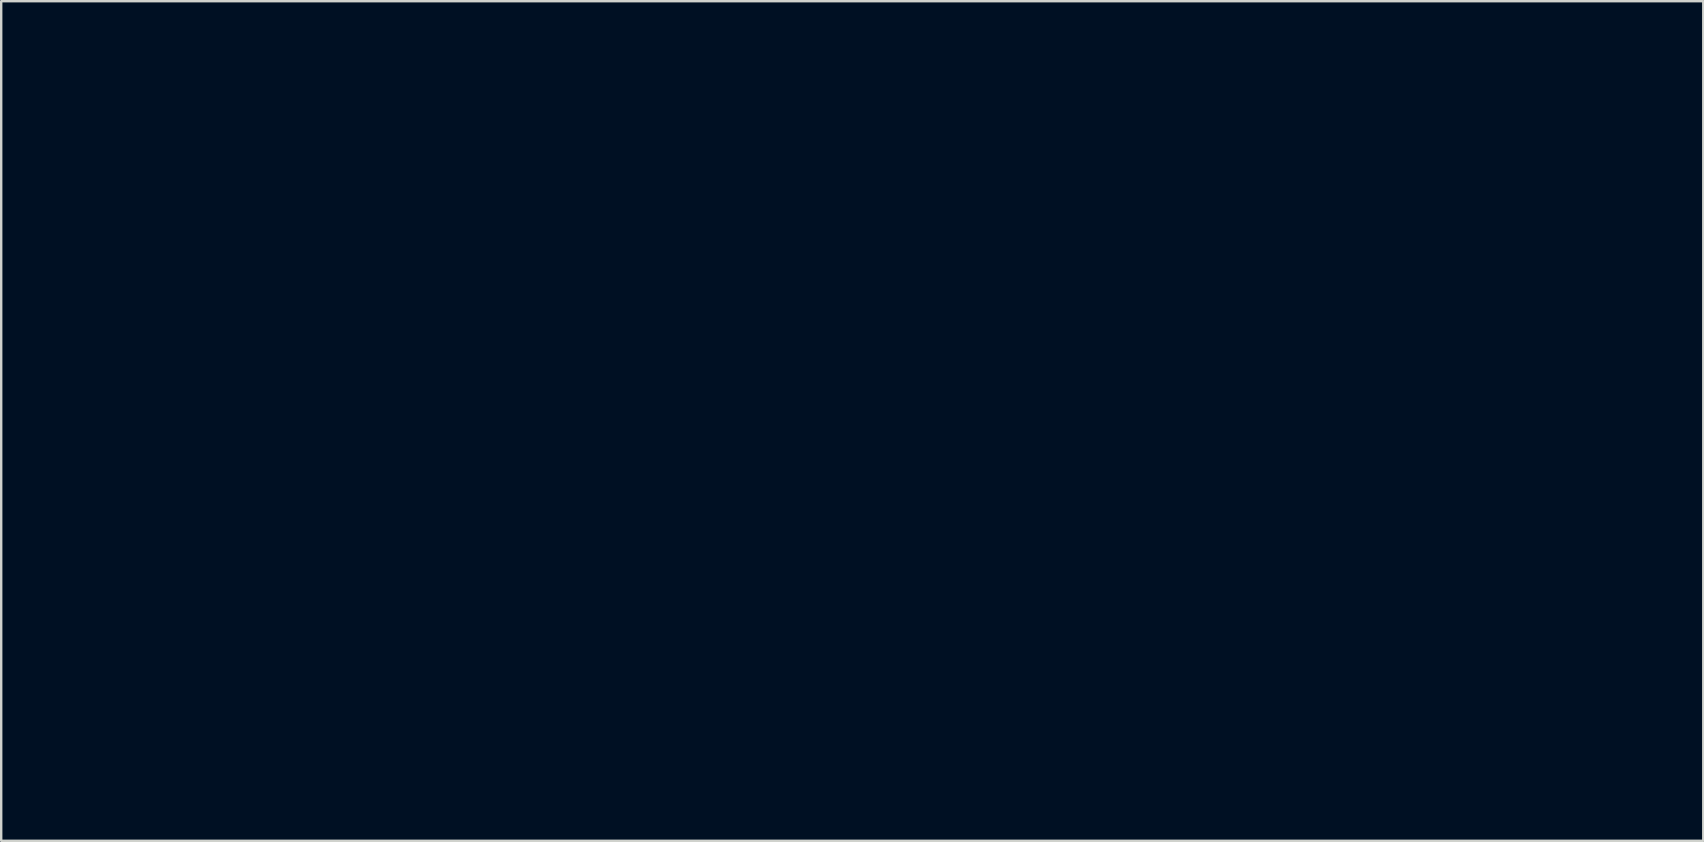
<source format=kicad_pcb>
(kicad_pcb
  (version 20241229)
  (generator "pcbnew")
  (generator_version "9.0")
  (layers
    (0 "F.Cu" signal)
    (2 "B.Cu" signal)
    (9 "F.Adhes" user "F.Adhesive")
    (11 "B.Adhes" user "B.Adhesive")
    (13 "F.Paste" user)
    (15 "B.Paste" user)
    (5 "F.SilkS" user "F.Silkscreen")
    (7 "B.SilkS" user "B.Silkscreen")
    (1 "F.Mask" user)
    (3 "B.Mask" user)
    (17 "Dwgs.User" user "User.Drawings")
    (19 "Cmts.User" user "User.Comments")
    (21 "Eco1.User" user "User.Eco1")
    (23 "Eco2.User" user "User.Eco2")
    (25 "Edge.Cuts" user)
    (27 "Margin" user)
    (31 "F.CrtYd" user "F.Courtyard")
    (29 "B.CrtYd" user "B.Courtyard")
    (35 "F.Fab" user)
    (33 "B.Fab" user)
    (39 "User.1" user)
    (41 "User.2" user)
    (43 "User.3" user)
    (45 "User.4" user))
  (footprint "TabletBadgeProto_FR4Corner_F.Mask"
    (layer "F.Cu")
    (at 43.812 27.575)
    (property "Reference" "TabletBadgeProto_FR4Corner_F.Mask" (at 0 0 0) (layer "F.Mask") (effects (font (size 1.524 1.524) (thickness 0.3))))
    (attr through_hole)
    (fp_poly (pts (xy -36.588 -27.379) (xy -36.534 -27.276) (xy -36.488 -27.194) (xy -36.446 -27.123) (xy -36.403 -27.056) (xy -36.352 -26.986) (xy -36.29 -26.904) (xy -36.209 -26.804) (xy -36.135 -26.711) (xy -36.058 -26.615) (xy -35.988 -26.523) (xy -35.921 -26.43) (xy -35.852 -26.33) (xy -35.778 -26.217) (xy -35.695 -26.086) (xy -35.6 -25.931) (xy -35.49 -25.746) (xy -35.449 -25.678) (xy -35.356 -25.521) (xy -35.271 -25.377) (xy -35.196 -25.247) (xy -35.133 -25.137) (xy -35.085 -25.051) (xy -35.053 -24.992) (xy -35.041 -24.964) (xy -35.041 -24.963) (xy -35.07 -24.958) (xy -35.131 -24.964) (xy -35.217 -24.979) (xy -35.318 -25.001) (xy -35.426 -25.028) (xy -35.533 -25.059) (xy -35.578 -25.074) (xy -35.786 -25.14) (xy -35.996 -25.198) (xy -36.2 -25.248) (xy -36.394 -25.287) (xy -36.569 -25.315) (xy -36.72 -25.331) (xy -36.841 -25.333) (xy -36.873 -25.33) (xy -36.941 -25.314) (xy -37.029 -25.283) (xy -37.119 -25.242) (xy -37.128 -25.237) (xy -37.209 -25.197) (xy -37.271 -25.173) (xy -37.331 -25.162) (xy -37.406 -25.159) (xy -37.455 -25.16) (xy -37.558 -25.166) (xy -37.68 -25.181) (xy -37.798 -25.201) (xy -37.827 -25.207) (xy -38.027 -25.252) (xy -38.119 -25.147) (xy -38.232 -25.044) (xy -38.363 -24.966) (xy -38.416 -24.941) (xy -38.461 -24.921) (xy -38.506 -24.907) (xy -38.557 -24.897) (xy -38.623 -24.889) (xy -38.712 -24.882) (xy -38.83 -24.876) (xy -38.933 -24.871) (xy -39.073 -24.863) (xy -39.209 -24.855) (xy -39.331 -24.845) (xy -39.43 -24.837) (xy -39.494 -24.829) (xy -39.555 -24.822) (xy -39.65 -24.814) (xy -39.773 -24.804) (xy -39.915 -24.793) (xy -40.069 -24.783) (xy -40.188 -24.776) (xy -40.382 -24.765) (xy -40.541 -24.759) (xy -40.671 -24.756) (xy -40.779 -24.759) (xy -40.873 -24.767) (xy -40.958 -24.782) (xy -41.041 -24.803) (xy -41.13 -24.831) (xy -41.193 -24.853) (xy -41.36 -24.912) (xy -41.497 -24.957) (xy -41.614 -24.993) (xy -41.72 -25.02) (xy -41.826 -25.043) (xy -41.932 -25.062) (xy -42.048 -25.083) (xy -42.166 -25.107) (xy -42.27 -25.13) (xy -42.325 -25.144) (xy -42.398 -25.163) (xy -42.453 -25.176) (xy -42.479 -25.179) (xy -42.48 -25.179) (xy -42.472 -25.16) (xy -42.428 -25.129) (xy -42.35 -25.086) (xy -42.242 -25.034) (xy -42.107 -24.974) (xy -41.949 -24.907) (xy -41.771 -24.834) (xy -41.589 -24.764) (xy -41.504 -24.732) (xy -41.424 -24.705) (xy -41.343 -24.68) (xy -41.253 -24.657) (xy -41.148 -24.633) (xy -41.022 -24.607) (xy -40.867 -24.577) (xy -40.678 -24.543) (xy -40.519 -24.514) (xy -40.373 -24.487) (xy -40.245 -24.464) (xy -40.141 -24.445) (xy -40.066 -24.431) (xy -40.025 -24.424) (xy -40.019 -24.423) (xy -40.008 -24.418) (xy -40.035 -24.413) (xy -40.094 -24.408) (xy -40.182 -24.403) (xy -40.293 -24.398) (xy -40.423 -24.394) (xy -40.567 -24.39) (xy -40.719 -24.388) (xy -40.865 -24.387) (xy -41.187 -24.388) (xy -41.476 -24.395) (xy -41.738 -24.407) (xy -41.983 -24.427) (xy -42.217 -24.453) (xy -42.265 -24.459) (xy -42.423 -24.482) (xy -42.545 -24.507) (xy -42.64 -24.534) (xy -42.713 -24.567) (xy -42.772 -24.608) (xy -42.809 -24.643) (xy -42.89 -24.729) (xy -43.19 -24.713) (xy -43.315 -24.706) (xy -43.442 -24.698) (xy -43.555 -24.69) (xy -43.641 -24.683) (xy -43.648 -24.683) (xy -43.807 -24.669) (xy -43.532 -24.601) (xy -43.407 -24.571) (xy -43.29 -24.545) (xy -43.172 -24.522) (xy -43.045 -24.499) (xy -42.901 -24.476) (xy -42.733 -24.45) (xy -42.532 -24.422) (xy -42.488 -24.416) (xy -42.344 -24.395) (xy -42.168 -24.367) (xy -41.97 -24.334) (xy -41.758 -24.298) (xy -41.543 -24.26) (xy -41.334 -24.222) (xy -41.14 -24.185) (xy -40.97 -24.152) (xy -40.939 -24.146) (xy -40.897 -24.138) (xy -40.848 -24.133) (xy -40.788 -24.13) (xy -40.712 -24.129) (xy -40.616 -24.131) (xy -40.494 -24.134) (xy -40.343 -24.14) (xy -40.157 -24.148) (xy -40.029 -24.154) (xy -39.847 -24.163) (xy -39.673 -24.17) (xy -39.515 -24.177) (xy -39.376 -24.183) (xy -39.263 -24.187) (xy -39.182 -24.19) (xy -39.14 -24.19) (xy -39.023 -24.19) (xy -39.383 -24.015) (xy -39.54 -23.937) (xy -39.665 -23.869) (xy -39.761 -23.804) (xy -39.837 -23.737) (xy -39.897 -23.661) (xy -39.947 -23.57) (xy -39.994 -23.457) (xy -40.043 -23.316) (xy -40.05 -23.294) (xy -40.116 -23.108) (xy -40.18 -22.964) (xy -40.242 -22.86) (xy -40.3 -22.799) (xy -40.341 -22.778) (xy -40.414 -22.747) (xy -40.51 -22.71) (xy -40.62 -22.67) (xy -40.687 -22.647) (xy -40.9 -22.573) (xy -41.074 -22.506) (xy -41.213 -22.443) (xy -41.319 -22.385) (xy -41.394 -22.328) (xy -41.422 -22.301) (xy -41.46 -22.254) (xy -41.482 -22.221) (xy -41.484 -22.212) (xy -41.462 -22.216) (xy -41.409 -22.233) (xy -41.334 -22.26) (xy -41.264 -22.287) (xy -41.078 -22.356) (xy -40.912 -22.409) (xy -40.745 -22.453) (xy -40.561 -22.493) (xy -40.51 -22.502) (xy -40.262 -22.549) (xy -40.002 -23.006) (xy -39.908 -23.17) (xy -39.83 -23.301) (xy -39.765 -23.403) (xy -39.71 -23.481) (xy -39.663 -23.538) (xy -39.637 -23.565) (xy -39.563 -23.631) (xy -39.471 -23.706) (xy -39.367 -23.785) (xy -39.259 -23.864) (xy -39.154 -23.936) (xy -39.058 -23.999) (xy -38.978 -24.046) (xy -38.921 -24.073) (xy -38.907 -24.077) (xy -38.81 -24.081) (xy -38.69 -24.066) (xy -38.561 -24.035) (xy -38.437 -23.991) (xy -38.223 -23.904) (xy -38.019 -23.828) (xy -37.819 -23.762) (xy -37.615 -23.703) (xy -37.4 -23.651) (xy -37.166 -23.603) (xy -36.905 -23.557) (xy -36.61 -23.51) (xy -36.579 -23.506) (xy -36.412 -23.479) (xy -36.248 -23.451) (xy -36.093 -23.421) (xy -35.951 -23.392) (xy -35.829 -23.364) (xy -35.731 -23.338) (xy -35.663 -23.316) (xy -35.629 -23.298) (xy -35.626 -23.293) (xy -35.63 -23.271) (xy -35.645 -23.253) (xy -35.676 -23.239) (xy -35.727 -23.228) (xy -35.803 -23.219) (xy -35.909 -23.212) (xy -36.048 -23.206) (xy -36.192 -23.201) (xy -36.371 -23.194) (xy -36.515 -23.187) (xy -36.63 -23.176) (xy -36.723 -23.161) (xy -36.799 -23.139) (xy -36.867 -23.109) (xy -36.932 -23.07) (xy -37.001 -23.019) (xy -37.055 -22.976) (xy -37.107 -22.935) (xy -37.153 -22.904) (xy -37.201 -22.881) (xy -37.26 -22.865) (xy -37.335 -22.852) (xy -37.436 -22.841) (xy -37.569 -22.83) (xy -37.606 -22.828) (xy -37.7 -22.82) (xy -37.758 -22.814) (xy -37.786 -22.807) (xy -37.789 -22.797) (xy -37.773 -22.781) (xy -37.762 -22.773) (xy -37.674 -22.722) (xy -37.549 -22.676) (xy -37.395 -22.637) (xy -37.288 -22.617) (xy -37.189 -22.602) (xy -37.115 -22.597) (xy -37.055 -22.606) (xy -36.999 -22.631) (xy -36.935 -22.677) (xy -36.853 -22.747) (xy -36.837 -22.76) (xy -36.778 -22.81) (xy -36.722 -22.85) (xy -36.664 -22.882) (xy -36.599 -22.906) (xy -36.522 -22.924) (xy -36.427 -22.936) (xy -36.308 -22.944) (xy -36.161 -22.948) (xy -35.979 -22.951) (xy -35.872 -22.952) (xy -35.298 -22.955) (xy -35.299 -22.754) (xy -35.3 -22.667) (xy -35.304 -22.548) (xy -35.31 -22.41) (xy -35.318 -22.263) (xy -35.325 -22.14) (xy -35.34 -21.931) (xy -35.36 -21.757) (xy -35.385 -21.611) (xy -35.419 -21.487) (xy -35.463 -21.377) (xy -35.519 -21.274) (xy -35.591 -21.172) (xy -35.652 -21.094) (xy -35.768 -20.933) (xy -35.846 -20.77) (xy -35.889 -20.595) (xy -35.901 -20.414) (xy -35.922 -20.237) (xy -35.982 -20.073) (xy -36.08 -19.925) (xy -36.103 -19.9) (xy -36.196 -19.788) (xy -36.257 -19.686) (xy -36.291 -19.583) (xy -36.301 -19.467) (xy -36.301 -19.452) (xy -36.298 -19.39) (xy -36.292 -19.326) (xy -36.284 -19.269) (xy -36.275 -19.23) (xy -36.268 -19.215) (xy -36.263 -19.231) (xy -36.253 -19.256) (xy -36.224 -19.311) (xy -36.183 -19.389) (xy -36.131 -19.483) (xy -36.1 -19.537) (xy -36.004 -19.712) (xy -35.93 -19.859) (xy -35.875 -19.988) (xy -35.836 -20.105) (xy -35.809 -20.217) (xy -35.797 -20.297) (xy -35.785 -20.381) (xy -35.769 -20.457) (xy -35.746 -20.527) (xy -35.714 -20.597) (xy -35.669 -20.671) (xy -35.609 -20.755) (xy -35.53 -20.852) (xy -35.429 -20.967) (xy -35.304 -21.106) (xy -35.213 -21.204) (xy -35.128 -21.296) (xy -34.888 -21.212) (xy -34.78 -21.171) (xy -34.675 -21.125) (xy -34.585 -21.081) (xy -34.534 -21.052) (xy -34.413 -20.952) (xy -34.305 -20.826) (xy -34.224 -20.692) (xy -34.22 -20.684) (xy -34.193 -20.632) (xy -34.172 -20.617) (xy -34.152 -20.639) (xy -34.13 -20.701) (xy -34.123 -20.727) (xy -34.113 -20.823) (xy -34.137 -20.918) (xy -34.197 -21.016) (xy -34.293 -21.116) (xy -34.428 -21.221) (xy -34.6 -21.331) (xy -34.813 -21.448) (xy -34.878 -21.481) (xy -34.942 -21.513) (xy -34.991 -21.54) (xy -35.025 -21.569) (xy -35.049 -21.606) (xy -35.064 -21.658) (xy -35.074 -21.731) (xy -35.081 -21.833) (xy -35.087 -21.969) (xy -35.089 -21.992) (xy -35.09 -22.319) (xy -35.059 -22.633) (xy -35.006 -22.902) (xy -34.959 -23.099) (xy -34.875 -23.129) (xy -34.803 -23.148) (xy -34.73 -23.154) (xy -34.647 -23.143) (xy -34.548 -23.116) (xy -34.426 -23.07) (xy -34.275 -23.005) (xy -34.261 -22.998) (xy -34.139 -22.943) (xy -34.024 -22.893) (xy -33.911 -22.846) (xy -33.793 -22.799) (xy -33.664 -22.75) (xy -33.519 -22.697) (xy -33.351 -22.637) (xy -33.155 -22.569) (xy -32.927 -22.49) (xy -32.77 -22.436) (xy -32.616 -22.382) (xy -32.474 -22.332) (xy -32.35 -22.288) (xy -32.252 -22.253) (xy -32.187 -22.228) (xy -32.029 -22.156) (xy -31.86 -22.058) (xy -31.691 -21.944) (xy -31.538 -21.823) (xy -31.487 -21.777) (xy -31.409 -21.707) (xy -31.33 -21.64) (xy -31.263 -21.587) (xy -31.245 -21.574) (xy -31.159 -21.512) (xy -31.087 -21.449) (xy -31.026 -21.38) (xy -30.976 -21.301) (xy -30.934 -21.208) (xy -30.899 -21.096) (xy -30.869 -20.96) (xy -30.842 -20.796) (xy -30.817 -20.599) (xy -30.791 -20.365) (xy -30.79 -20.351) (xy -30.774 -20.2) (xy -30.759 -20.057) (xy -30.744 -19.93) (xy -30.731 -19.826) (xy -30.721 -19.753) (xy -30.716 -19.723) (xy -30.706 -19.687) (xy -30.684 -19.618) (xy -30.652 -19.522) (xy -30.612 -19.404) (xy -30.567 -19.269) (xy -30.517 -19.124) (xy -30.465 -18.974) (xy -30.413 -18.824) (xy -30.362 -18.679) (xy -30.315 -18.546) (xy -30.273 -18.429) (xy -30.238 -18.333) (xy -30.213 -18.266) (xy -30.198 -18.231) (xy -30.197 -18.228) (xy -30.189 -18.242) (xy -30.179 -18.287) (xy -30.172 -18.323) (xy -30.166 -18.381) (xy -30.161 -18.47) (xy -30.157 -18.581) (xy -30.156 -18.703) (xy -30.156 -18.754) (xy -30.157 -19.082) (xy -30.309 -19.529) (xy -30.378 -19.736) (xy -30.433 -19.91) (xy -30.477 -20.055) (xy -30.511 -20.179) (xy -30.536 -20.287) (xy -30.554 -20.385) (xy -30.565 -20.458) (xy -30.572 -20.583) (xy -30.566 -20.715) (xy -30.549 -20.837) (xy -30.526 -20.921) (xy -30.512 -20.987) (xy -30.506 -21.084) (xy -30.507 -21.201) (xy -30.516 -21.327) (xy -30.526 -21.41) (xy -30.537 -21.54) (xy -30.531 -21.681) (xy -30.523 -21.749) (xy -30.498 -21.939) (xy -30.595 -22.151) (xy -30.696 -22.363) (xy -30.798 -22.565) (xy -30.906 -22.762) (xy -31.024 -22.962) (xy -31.155 -23.171) (xy -31.304 -23.395) (xy -31.474 -23.64) (xy -31.6 -23.817) (xy -31.778 -24.066) (xy -31.598 -24.368) (xy -31.416 -24.667) (xy -31.245 -24.932) (xy -31.08 -25.17) (xy -30.918 -25.385) (xy -30.754 -25.584) (xy -30.584 -25.773) (xy -30.536 -25.823) (xy -30.406 -25.959) (xy -30.304 -26.068) (xy -30.226 -26.154) (xy -30.171 -26.223) (xy -30.138 -26.277) (xy -30.122 -26.322) (xy -30.123 -26.36) (xy -30.138 -26.397) (xy -30.165 -26.435) (xy -30.188 -26.464) (xy -30.253 -26.543) (xy -30.376 -26.459) (xy -30.432 -26.416) (xy -30.51 -26.351) (xy -30.603 -26.269) (xy -30.704 -26.177) (xy -30.793 -26.094) (xy -30.899 -25.993) (xy -31.007 -25.89) (xy -31.11 -25.795) (xy -31.199 -25.714) (xy -31.251 -25.667) (xy -31.339 -25.586) (xy -31.4 -25.517) (xy -31.446 -25.449) (xy -31.476 -25.39) (xy -31.527 -25.291) (xy -31.593 -25.18) (xy -31.671 -25.064) (xy -31.756 -24.947) (xy -31.843 -24.836) (xy -31.928 -24.736) (xy -32.006 -24.653) (xy -32.072 -24.593) (xy -32.123 -24.561) (xy -32.135 -24.558) (xy -32.175 -24.561) (xy -32.245 -24.575) (xy -32.337 -24.597) (xy -32.44 -24.626) (xy -32.452 -24.629) (xy -32.586 -24.668) (xy -32.739 -24.712) (xy -32.889 -24.754) (xy -32.98 -24.779) (xy -33.147 -24.829) (xy -33.309 -24.891) (xy -33.483 -24.97) (xy -33.542 -24.999) (xy -33.691 -25.07) (xy -33.812 -25.121) (xy -33.913 -25.151) (xy -34.005 -25.165) (xy -34.093 -25.163) (xy -34.187 -25.148) (xy -34.3 -25.124) (xy -34.587 -25.297) (xy -34.875 -25.469) (xy -35.335 -25.98) (xy -35.47 -26.132) (xy -35.618 -26.3) (xy -35.769 -26.474) (xy -35.916 -26.645) (xy -36.05 -26.803) (xy -36.16 -26.936) (xy -36.261 -27.059) (xy -36.358 -27.177) (xy -36.445 -27.283) (xy -36.52 -27.372) (xy -36.575 -27.439) (xy -36.607 -27.476) (xy -36.688 -27.57) (xy -36.588 -27.379)) (stroke (width 0.01) (type solid)) (fill yes) (layer "B.Mask")))
  (gr_rect
    (start -3 -3)
    (end 67.938 31.993)
    (stroke (width 0.1) (type default))
    (fill no)
    (layer "Edge.Cuts")))
</source>
